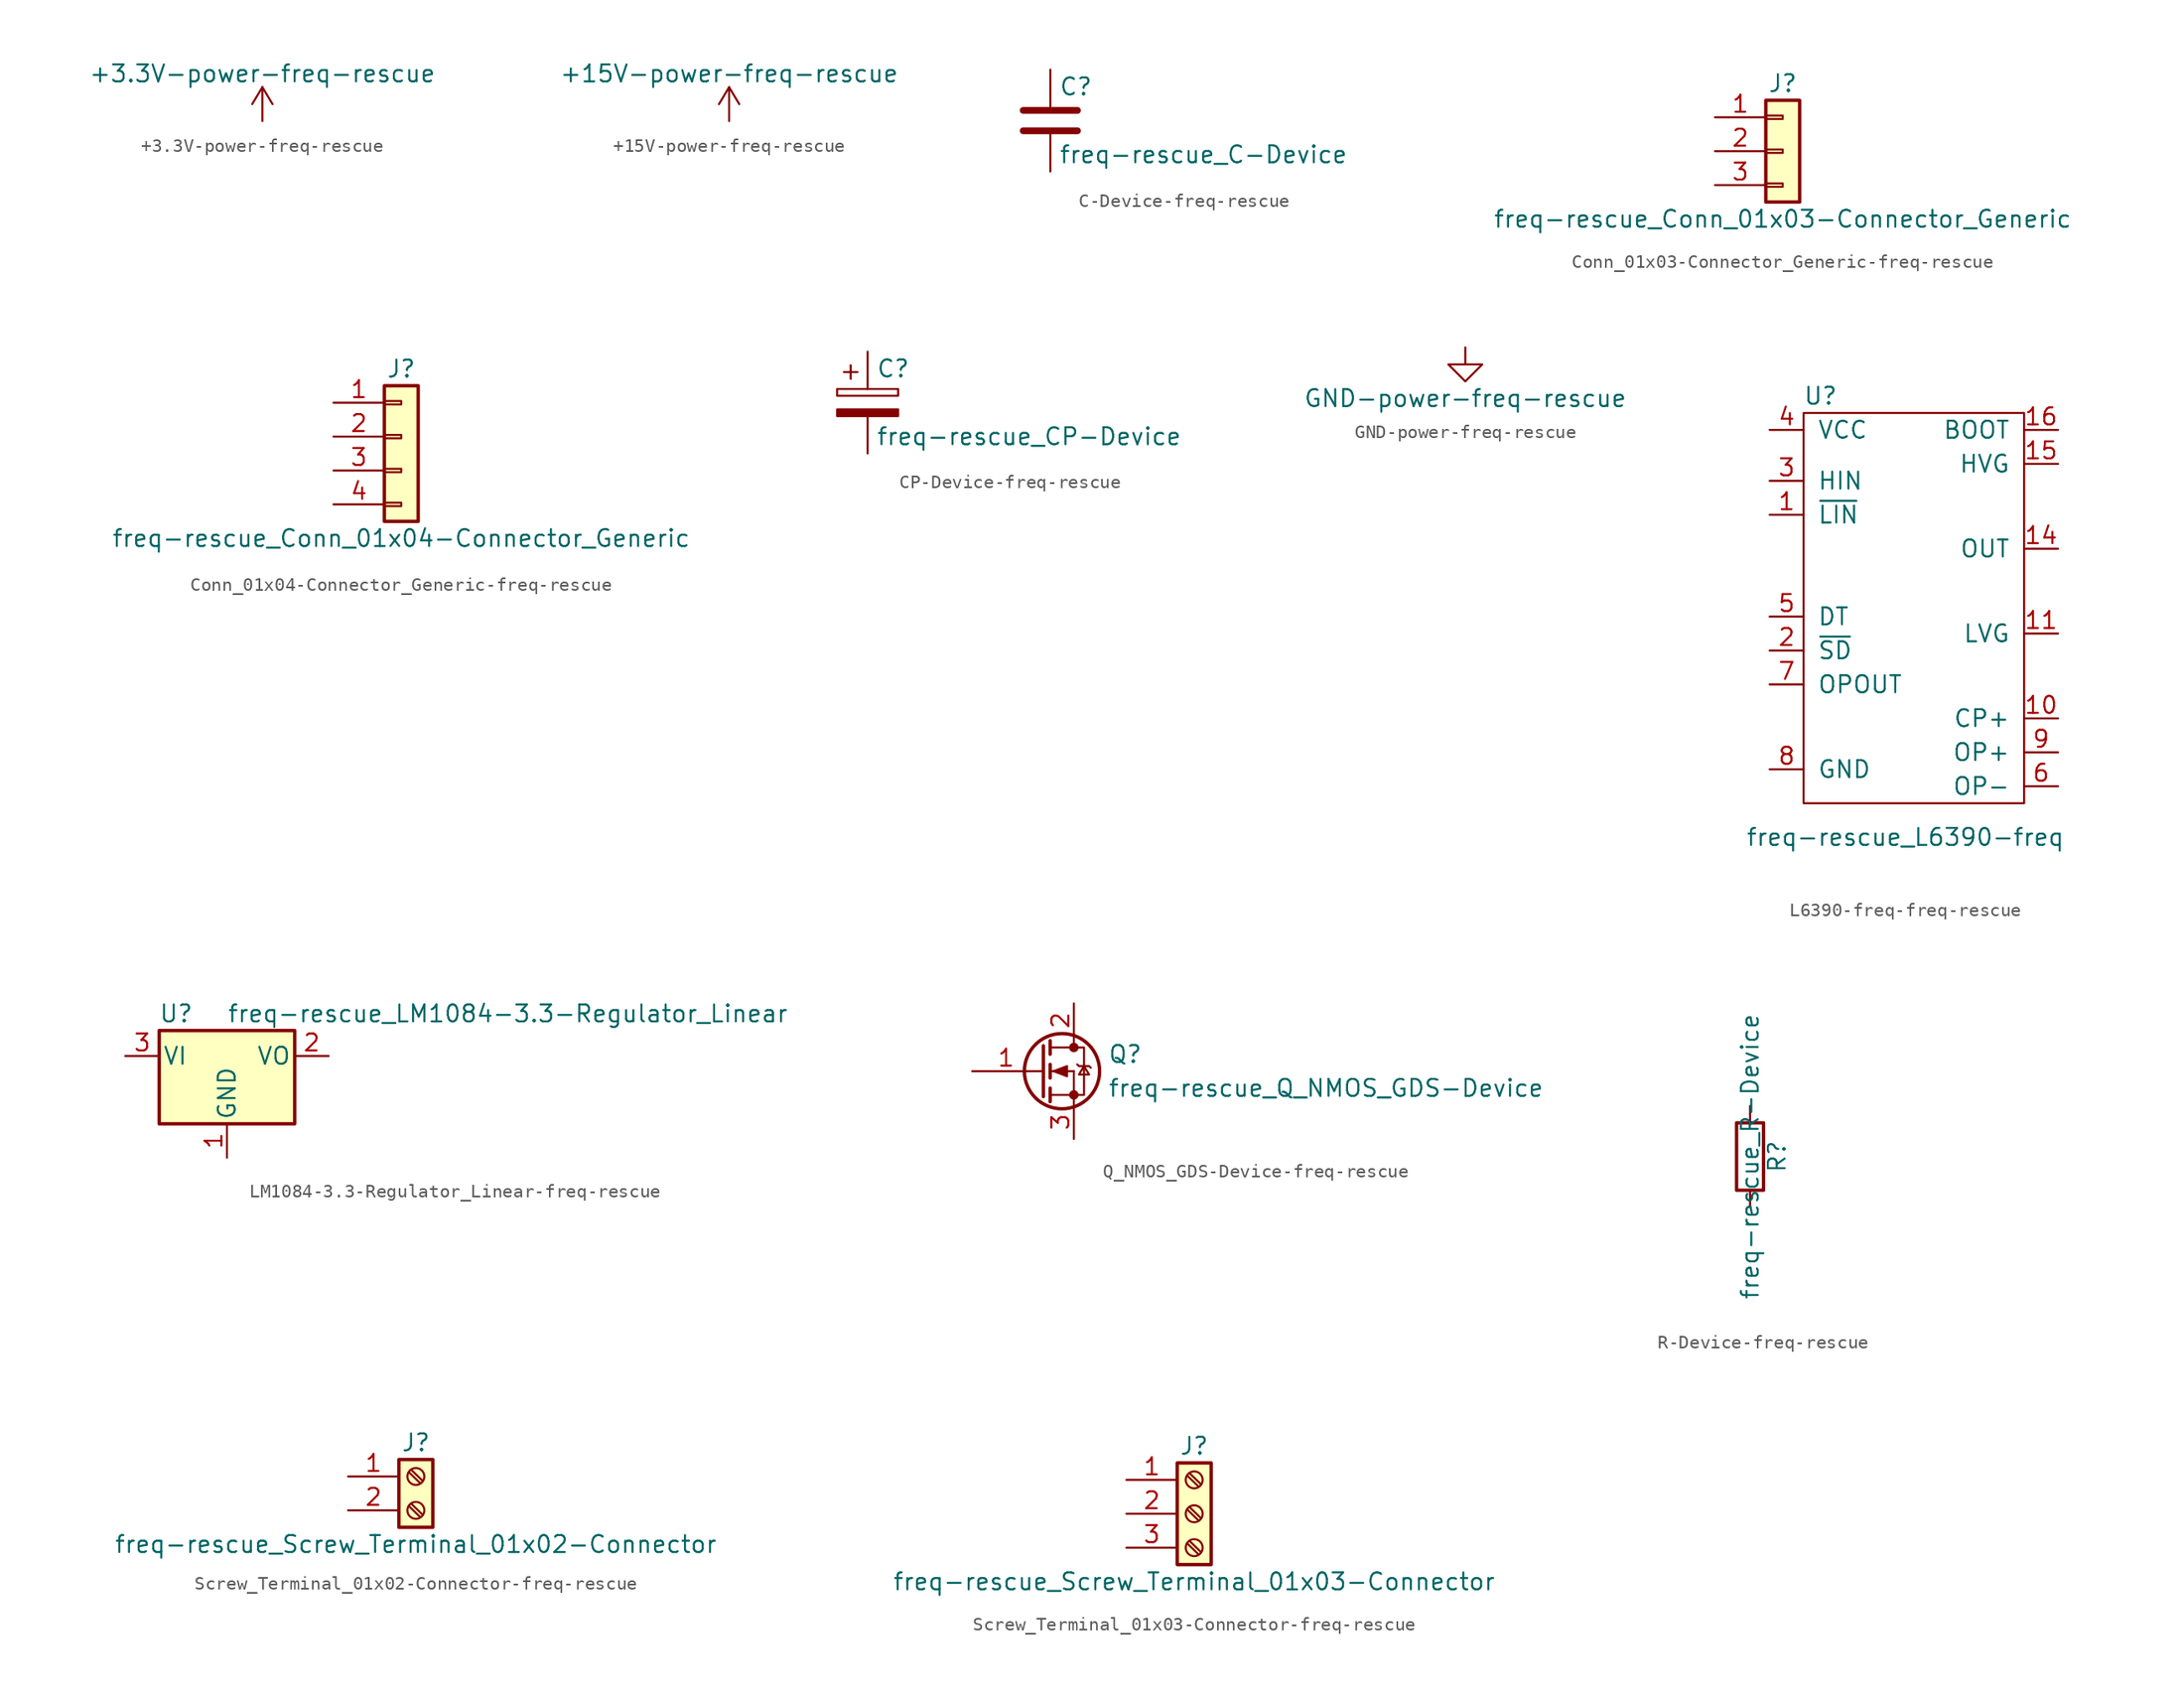
<source format=kicad_sym>
(kicad_symbol_lib
  (version 20220914)
  (generator kicad_symbol_editor)
  (symbol "+3.3V-power-freq-rescue"
    (power)
    (pin_names
      (offset 0))
    (property "Reference" "#PWR"
      (at 0 -3.81 0)
      (effects (font (size 1.27 1.27)) hide))
    (property "Value" "+3.3V-power-freq-rescue"
      (at 0 3.556 0)
      (effects (font (size 1.27 1.27))))
    (symbol "+3.3V-power-freq-rescue_0_1"
      (polyline (pts (xy -0.762 1.27) (xy 0 2.54)) (stroke (width 0) (type solid)) (fill (type none)))
      (polyline (pts (xy 0 0) (xy 0 2.54)) (stroke (width 0) (type solid)) (fill (type none)))
      (polyline (pts (xy 0 2.54) (xy 0.762 1.27)) (stroke (width 0) (type solid)) (fill (type none))))
    (symbol "+3.3V-power-freq-rescue_1_1"
      (pin power_in line (at 0 0 90) (length 0) hide (name "+3V3" (effects (font (size 1.27 1.27)))) (number "1" (effects (font (size 1.27 1.27)))))))
  (symbol "+15V-power-freq-rescue"
    (power)
    (pin_names
      (offset 0))
    (property "Reference" "#PWR"
      (at 0 -3.81 0)
      (effects (font (size 1.27 1.27)) hide))
    (property "Value" "+15V-power-freq-rescue"
      (at 0 3.556 0)
      (effects (font (size 1.27 1.27))))
    (symbol "+15V-power-freq-rescue_0_1"
      (polyline (pts (xy -0.762 1.27) (xy 0 2.54)) (stroke (width 0) (type solid)) (fill (type none)))
      (polyline (pts (xy 0 0) (xy 0 2.54)) (stroke (width 0) (type solid)) (fill (type none)))
      (polyline (pts (xy 0 2.54) (xy 0.762 1.27)) (stroke (width 0) (type solid)) (fill (type none))))
    (symbol "+15V-power-freq-rescue_1_1"
      (pin power_in line (at 0 0 90) (length 0) hide (name "+15V" (effects (font (size 1.27 1.27)))) (number "1" (effects (font (size 1.27 1.27)))))))
  (symbol "C-Device-freq-rescue"
    (pin_numbers hide)
    (pin_names
      (offset 0.254))
    (property "Reference" "C"
      (at 0.635 2.54 0)
      (effects (font (size 1.27 1.27)) (justify left)))
    (property "Value" "freq-rescue_C-Device"
      (at 0.635 -2.54 0)
      (effects (font (size 1.27 1.27)) (justify left)))
    (symbol "C-Device-freq-rescue_0_1"
      (polyline (pts (xy -2.032 -0.762) (xy 2.032 -0.762)) (stroke (width 0.508) (type solid)) (fill (type none)))
      (polyline (pts (xy -2.032 0.762) (xy 2.032 0.762)) (stroke (width 0.508) (type solid)) (fill (type none))))
    (symbol "C-Device-freq-rescue_1_1"
      (pin passive line (at 0 3.81 270) (length 2.794) (name "~" (effects (font (size 1.27 1.27)))) (number "1" (effects (font (size 1.27 1.27)))))
      (pin passive line (at 0 -3.81 90) (length 2.794) (name "~" (effects (font (size 1.27 1.27)))) (number "2" (effects (font (size 1.27 1.27)))))))
  (symbol "Conn_01x03-Connector_Generic-freq-rescue"
    (pin_names
      (offset 1.016) hide)
    (property "Reference" "J"
      (at 0 5.08 0)
      (effects (font (size 1.27 1.27))))
    (property "Value" "freq-rescue_Conn_01x03-Connector_Generic"
      (at 0 -5.08 0)
      (effects (font (size 1.27 1.27))))
    (symbol "Conn_01x03-Connector_Generic-freq-rescue_1_1"
      (rectangle (start -1.27 -2.413) (end 0 -2.667) (stroke (width 0.152) (type solid)) (fill (type none)))
      (rectangle (start -1.27 0.127) (end 0 -0.127) (stroke (width 0.152) (type solid)) (fill (type none)))
      (rectangle (start -1.27 2.667) (end 0 2.413) (stroke (width 0.152) (type solid)) (fill (type none)))
      (rectangle (start -1.27 3.81) (end 1.27 -3.81) (stroke (width 0.254) (type solid)) (fill (type background)))
      (pin passive line (at -5.08 2.54 0) (length 3.81) (name "Pin_1" (effects (font (size 1.27 1.27)))) (number "1" (effects (font (size 1.27 1.27)))))
      (pin passive line (at -5.08 0 0) (length 3.81) (name "Pin_2" (effects (font (size 1.27 1.27)))) (number "2" (effects (font (size 1.27 1.27)))))
      (pin passive line (at -5.08 -2.54 0) (length 3.81) (name "Pin_3" (effects (font (size 1.27 1.27)))) (number "3" (effects (font (size 1.27 1.27)))))))
  (symbol "Conn_01x04-Connector_Generic-freq-rescue"
    (pin_names
      (offset 1.016) hide)
    (property "Reference" "J"
      (at 0 5.08 0)
      (effects (font (size 1.27 1.27))))
    (property "Value" "freq-rescue_Conn_01x04-Connector_Generic"
      (at 0 -7.62 0)
      (effects (font (size 1.27 1.27))))
    (symbol "Conn_01x04-Connector_Generic-freq-rescue_1_1"
      (rectangle (start -1.27 -4.953) (end 0 -5.207) (stroke (width 0.152) (type solid)) (fill (type none)))
      (rectangle (start -1.27 -2.413) (end 0 -2.667) (stroke (width 0.152) (type solid)) (fill (type none)))
      (rectangle (start -1.27 0.127) (end 0 -0.127) (stroke (width 0.152) (type solid)) (fill (type none)))
      (rectangle (start -1.27 2.667) (end 0 2.413) (stroke (width 0.152) (type solid)) (fill (type none)))
      (rectangle (start -1.27 3.81) (end 1.27 -6.35) (stroke (width 0.254) (type solid)) (fill (type background)))
      (pin passive line (at -5.08 2.54 0) (length 3.81) (name "Pin_1" (effects (font (size 1.27 1.27)))) (number "1" (effects (font (size 1.27 1.27)))))
      (pin passive line (at -5.08 0 0) (length 3.81) (name "Pin_2" (effects (font (size 1.27 1.27)))) (number "2" (effects (font (size 1.27 1.27)))))
      (pin passive line (at -5.08 -2.54 0) (length 3.81) (name "Pin_3" (effects (font (size 1.27 1.27)))) (number "3" (effects (font (size 1.27 1.27)))))
      (pin passive line (at -5.08 -5.08 0) (length 3.81) (name "Pin_4" (effects (font (size 1.27 1.27)))) (number "4" (effects (font (size 1.27 1.27)))))))
  (symbol "CP-Device-freq-rescue"
    (pin_numbers hide)
    (pin_names
      (offset 0.254))
    (property "Reference" "C"
      (at 0.635 2.54 0)
      (effects (font (size 1.27 1.27)) (justify left)))
    (property "Value" "freq-rescue_CP-Device"
      (at 0.635 -2.54 0)
      (effects (font (size 1.27 1.27)) (justify left)))
    (symbol "CP-Device-freq-rescue_0_1"
      (rectangle (start -2.286 0.508) (end 2.286 1.016) (stroke (width 0) (type solid)) (fill (type none)))
      (polyline (pts (xy -1.778 2.286) (xy -0.762 2.286)) (stroke (width 0) (type solid)) (fill (type none)))
      (polyline (pts (xy -1.27 2.794) (xy -1.27 1.778)) (stroke (width 0) (type solid)) (fill (type none)))
      (rectangle (start 2.286 -0.508) (end -2.286 -1.016) (stroke (width 0) (type solid)) (fill (type outline))))
    (symbol "CP-Device-freq-rescue_1_1"
      (pin passive line (at 0 3.81 270) (length 2.794) (name "~" (effects (font (size 1.27 1.27)))) (number "1" (effects (font (size 1.27 1.27)))))
      (pin passive line (at 0 -3.81 90) (length 2.794) (name "~" (effects (font (size 1.27 1.27)))) (number "2" (effects (font (size 1.27 1.27)))))))
  (symbol "GND-power-freq-rescue"
    (power)
    (pin_names
      (offset 0))
    (property "Reference" "#PWR"
      (at 0 -6.35 0)
      (effects (font (size 1.27 1.27)) hide))
    (property "Value" "GND-power-freq-rescue"
      (at 0 -3.81 0)
      (effects (font (size 1.27 1.27))))
    (symbol "GND-power-freq-rescue_0_1"
      (polyline (pts (xy 0 0) (xy 0 -1.27) (xy 1.27 -1.27) (xy 0 -2.54) (xy -1.27 -1.27) (xy 0 -1.27)) (stroke (width 0) (type solid)) (fill (type none))))
    (symbol "GND-power-freq-rescue_1_1"
      (pin power_in line (at 0 0 270) (length 0) hide (name "GND" (effects (font (size 1.27 1.27)))) (number "1" (effects (font (size 1.27 1.27)))))))
  (symbol "L6390-freq-freq-rescue"
    (pin_names
      (offset 1.016))
    (property "Reference" "U"
      (at 1.27 17.78 0)
      (effects (font (size 1.27 1.27))))
    (property "Value" "freq-rescue_L6390-freq"
      (at 7.62 -15.24 0)
      (effects (font (size 1.27 1.27))))
    (symbol "L6390-freq-freq-rescue_0_1"
      (rectangle (start 0 16.51) (end 16.51 -12.7) (stroke (width 0) (type solid)) (fill (type none))))
    (symbol "L6390-freq-freq-rescue_1_1"
      (pin input line (at -2.54 8.89 0) (length 2.54) (name "~{LIN}" (effects (font (size 1.27 1.27)))) (number "1" (effects (font (size 1.27 1.27)))))
      (pin input line (at 19.05 -6.35 180) (length 2.54) (name "CP+" (effects (font (size 1.27 1.27)))) (number "10" (effects (font (size 1.27 1.27)))))
      (pin input line (at 19.05 0 180) (length 2.54) (name "LVG" (effects (font (size 1.27 1.27)))) (number "11" (effects (font (size 1.27 1.27)))))
      (pin input line (at 19.05 6.35 180) (length 2.54) (name "OUT" (effects (font (size 1.27 1.27)))) (number "14" (effects (font (size 1.27 1.27)))))
      (pin input line (at 19.05 12.7 180) (length 2.54) (name "HVG" (effects (font (size 1.27 1.27)))) (number "15" (effects (font (size 1.27 1.27)))))
      (pin input line (at 19.05 15.24 180) (length 2.54) (name "BOOT" (effects (font (size 1.27 1.27)))) (number "16" (effects (font (size 1.27 1.27)))))
      (pin input line (at -2.54 -1.27 0) (length 2.54) (name "~{SD}" (effects (font (size 1.27 1.27)))) (number "2" (effects (font (size 1.27 1.27)))))
      (pin input line (at -2.54 11.43 0) (length 2.54) (name "HIN" (effects (font (size 1.27 1.27)))) (number "3" (effects (font (size 1.27 1.27)))))
      (pin input line (at -2.54 15.24 0) (length 2.54) (name "VCC" (effects (font (size 1.27 1.27)))) (number "4" (effects (font (size 1.27 1.27)))))
      (pin input line (at -2.54 1.27 0) (length 2.54) (name "DT" (effects (font (size 1.27 1.27)))) (number "5" (effects (font (size 1.27 1.27)))))
      (pin input line (at 19.05 -11.43 180) (length 2.54) (name "OP-" (effects (font (size 1.27 1.27)))) (number "6" (effects (font (size 1.27 1.27)))))
      (pin input line (at -2.54 -3.81 0) (length 2.54) (name "OPOUT" (effects (font (size 1.27 1.27)))) (number "7" (effects (font (size 1.27 1.27)))))
      (pin input line (at -2.54 -10.16 0) (length 2.54) (name "GND" (effects (font (size 1.27 1.27)))) (number "8" (effects (font (size 1.27 1.27)))))
      (pin input line (at 19.05 -8.89 180) (length 2.54) (name "OP+" (effects (font (size 1.27 1.27)))) (number "9" (effects (font (size 1.27 1.27)))))))
  (symbol "LM1084-3.3-Regulator_Linear-freq-rescue"
    (pin_names
      (offset 0.254))
    (property "Reference" "U"
      (at -3.81 3.175 0)
      (effects (font (size 1.27 1.27))))
    (property "Value" "freq-rescue_LM1084-3.3-Regulator_Linear"
      (at 0 3.175 0)
      (effects (font (size 1.27 1.27)) (justify left)))
    (symbol "LM1084-3.3-Regulator_Linear-freq-rescue_0_1"
      (rectangle (start -5.08 1.905) (end 5.08 -5.08) (stroke (width 0.254) (type solid)) (fill (type background))))
    (symbol "LM1084-3.3-Regulator_Linear-freq-rescue_1_1"
      (pin power_in line (at 0 -7.62 90) (length 2.54) (name "GND" (effects (font (size 1.27 1.27)))) (number "1" (effects (font (size 1.27 1.27)))))
      (pin power_out line (at 7.62 0 180) (length 2.54) (name "VO" (effects (font (size 1.27 1.27)))) (number "2" (effects (font (size 1.27 1.27)))))
      (pin power_in line (at -7.62 0 0) (length 2.54) (name "VI" (effects (font (size 1.27 1.27)))) (number "3" (effects (font (size 1.27 1.27)))))))
  (symbol "Q_NMOS_GDS-Device-freq-rescue"
    (pin_names
      (offset 0) hide)
    (property "Reference" "Q"
      (at 5.08 1.27 0)
      (effects (font (size 1.27 1.27)) (justify left)))
    (property "Value" "freq-rescue_Q_NMOS_GDS-Device"
      (at 5.08 -1.27 0)
      (effects (font (size 1.27 1.27)) (justify left)))
    (symbol "Q_NMOS_GDS-Device-freq-rescue_0_1"
      (polyline (pts (xy 0.051 0) (xy 0.254 0)) (stroke (width 0) (type solid)) (fill (type none)))
      (polyline (pts (xy 0.762 -1.778) (xy 2.54 -1.778)) (stroke (width 0) (type solid)) (fill (type none)))
      (polyline (pts (xy 0.762 -1.27) (xy 0.762 -2.286)) (stroke (width 0.254) (type solid)) (fill (type none)))
      (polyline (pts (xy 0.762 0) (xy 2.54 0)) (stroke (width 0) (type solid)) (fill (type none)))
      (polyline (pts (xy 0.762 0.508) (xy 0.762 -0.508)) (stroke (width 0.254) (type solid)) (fill (type none)))
      (polyline (pts (xy 0.762 1.778) (xy 2.54 1.778)) (stroke (width 0) (type solid)) (fill (type none)))
      (polyline (pts (xy 0.762 2.286) (xy 0.762 1.27)) (stroke (width 0.254) (type solid)) (fill (type none)))
      (polyline (pts (xy 2.54 -1.778) (xy 2.54 -2.54)) (stroke (width 0) (type solid)) (fill (type none)))
      (polyline (pts (xy 2.54 -1.778) (xy 2.54 0)) (stroke (width 0) (type solid)) (fill (type none)))
      (polyline (pts (xy 2.54 2.54) (xy 2.54 1.778)) (stroke (width 0) (type solid)) (fill (type none)))
      (polyline (pts (xy 0.254 1.905) (xy 0.254 -1.905) (xy 0.254 -1.905)) (stroke (width 0.254) (type solid)) (fill (type none)))
      (polyline (pts (xy 1.016 0) (xy 2.032 0.381) (xy 2.032 -0.381) (xy 1.016 0)) (stroke (width 0) (type solid)) (fill (type outline)))
      (polyline (pts (xy 2.54 -1.778) (xy 3.302 -1.778) (xy 3.302 1.778) (xy 2.54 1.778)) (stroke (width 0) (type solid)) (fill (type none)))
      (polyline (pts (xy 2.794 0.508) (xy 2.921 0.381) (xy 3.683 0.381) (xy 3.81 0.254)) (stroke (width 0) (type solid)) (fill (type none)))
      (polyline (pts (xy 3.302 0.381) (xy 2.921 -0.254) (xy 3.683 -0.254) (xy 3.302 0.381)) (stroke (width 0) (type solid)) (fill (type none)))
      (circle (center 1.651 0) (radius 2.819) (stroke (width 0.254) (type solid)) (fill (type none)))
      (circle (center 2.54 -1.778) (radius 0.279) (stroke (width 0) (type solid)) (fill (type outline)))
      (circle (center 2.54 1.778) (radius 0.279) (stroke (width 0) (type solid)) (fill (type outline))))
    (symbol "Q_NMOS_GDS-Device-freq-rescue_1_1"
      (pin input line (at -5.08 0 0) (length 5.08) (name "G" (effects (font (size 1.27 1.27)))) (number "1" (effects (font (size 1.27 1.27)))))
      (pin passive line (at 2.54 5.08 270) (length 2.54) (name "D" (effects (font (size 1.27 1.27)))) (number "2" (effects (font (size 1.27 1.27)))))
      (pin passive line (at 2.54 -5.08 90) (length 2.54) (name "S" (effects (font (size 1.27 1.27)))) (number "3" (effects (font (size 1.27 1.27)))))))
  (symbol "R-Device-freq-rescue"
    (pin_numbers hide)
    (pin_names
      (offset 0))
    (property "Reference" "R"
      (at 2.032 0 90)
      (effects (font (size 1.27 1.27))))
    (property "Value" "freq-rescue_R-Device"
      (at 0 0 90)
      (effects (font (size 1.27 1.27))))
    (symbol "R-Device-freq-rescue_0_1"
      (rectangle (start -1.016 -2.54) (end 1.016 2.54) (stroke (width 0.254) (type solid)) (fill (type none))))
    (symbol "R-Device-freq-rescue_1_1"
      (pin passive line (at 0 3.81 270) (length 1.27) (name "~" (effects (font (size 1.27 1.27)))) (number "1" (effects (font (size 1.27 1.27)))))
      (pin passive line (at 0 -3.81 90) (length 1.27) (name "~" (effects (font (size 1.27 1.27)))) (number "2" (effects (font (size 1.27 1.27)))))))
  (symbol "Screw_Terminal_01x02-Connector-freq-rescue"
    (pin_names
      (offset 1.016) hide)
    (property "Reference" "J"
      (at 0 2.54 0)
      (effects (font (size 1.27 1.27))))
    (property "Value" "freq-rescue_Screw_Terminal_01x02-Connector"
      (at 0 -5.08 0)
      (effects (font (size 1.27 1.27))))
    (symbol "Screw_Terminal_01x02-Connector-freq-rescue_1_1"
      (rectangle (start -1.27 1.27) (end 1.27 -3.81) (stroke (width 0.254) (type solid)) (fill (type background)))
      (circle (center 0 -2.54) (radius 0.635) (stroke (width 0.152) (type solid)) (fill (type none)))
      (polyline (pts (xy -0.533 -2.21) (xy 0.33 -3.048)) (stroke (width 0.152) (type solid)) (fill (type none)))
      (polyline (pts (xy -0.533 0.33) (xy 0.33 -0.508)) (stroke (width 0.152) (type solid)) (fill (type none)))
      (polyline (pts (xy -0.356 -2.032) (xy 0.508 -2.87)) (stroke (width 0.152) (type solid)) (fill (type none)))
      (polyline (pts (xy -0.356 0.508) (xy 0.508 -0.33)) (stroke (width 0.152) (type solid)) (fill (type none)))
      (circle (center 0 0) (radius 0.635) (stroke (width 0.152) (type solid)) (fill (type none)))
      (pin passive line (at -5.08 0 0) (length 3.81) (name "Pin_1" (effects (font (size 1.27 1.27)))) (number "1" (effects (font (size 1.27 1.27)))))
      (pin passive line (at -5.08 -2.54 0) (length 3.81) (name "Pin_2" (effects (font (size 1.27 1.27)))) (number "2" (effects (font (size 1.27 1.27)))))))
  (symbol "Screw_Terminal_01x03-Connector-freq-rescue"
    (pin_names
      (offset 1.016) hide)
    (property "Reference" "J"
      (at 0 5.08 0)
      (effects (font (size 1.27 1.27))))
    (property "Value" "freq-rescue_Screw_Terminal_01x03-Connector"
      (at 0 -5.08 0)
      (effects (font (size 1.27 1.27))))
    (symbol "Screw_Terminal_01x03-Connector-freq-rescue_1_1"
      (rectangle (start -1.27 3.81) (end 1.27 -3.81) (stroke (width 0.254) (type solid)) (fill (type background)))
      (circle (center 0 -2.54) (radius 0.635) (stroke (width 0.152) (type solid)) (fill (type none)))
      (polyline (pts (xy -0.533 -2.21) (xy 0.33 -3.048)) (stroke (width 0.152) (type solid)) (fill (type none)))
      (polyline (pts (xy -0.533 0.33) (xy 0.33 -0.508)) (stroke (width 0.152) (type solid)) (fill (type none)))
      (polyline (pts (xy -0.533 2.87) (xy 0.33 2.032)) (stroke (width 0.152) (type solid)) (fill (type none)))
      (polyline (pts (xy -0.356 -2.032) (xy 0.508 -2.87)) (stroke (width 0.152) (type solid)) (fill (type none)))
      (polyline (pts (xy -0.356 0.508) (xy 0.508 -0.33)) (stroke (width 0.152) (type solid)) (fill (type none)))
      (polyline (pts (xy -0.356 3.048) (xy 0.508 2.21)) (stroke (width 0.152) (type solid)) (fill (type none)))
      (circle (center 0 0) (radius 0.635) (stroke (width 0.152) (type solid)) (fill (type none)))
      (circle (center 0 2.54) (radius 0.635) (stroke (width 0.152) (type solid)) (fill (type none)))
      (pin passive line (at -5.08 2.54 0) (length 3.81) (name "Pin_1" (effects (font (size 1.27 1.27)))) (number "1" (effects (font (size 1.27 1.27)))))
      (pin passive line (at -5.08 0 0) (length 3.81) (name "Pin_2" (effects (font (size 1.27 1.27)))) (number "2" (effects (font (size 1.27 1.27)))))
      (pin passive line (at -5.08 -2.54 0) (length 3.81) (name "Pin_3" (effects (font (size 1.27 1.27)))) (number "3" (effects (font (size 1.27 1.27))))))))
</source>
